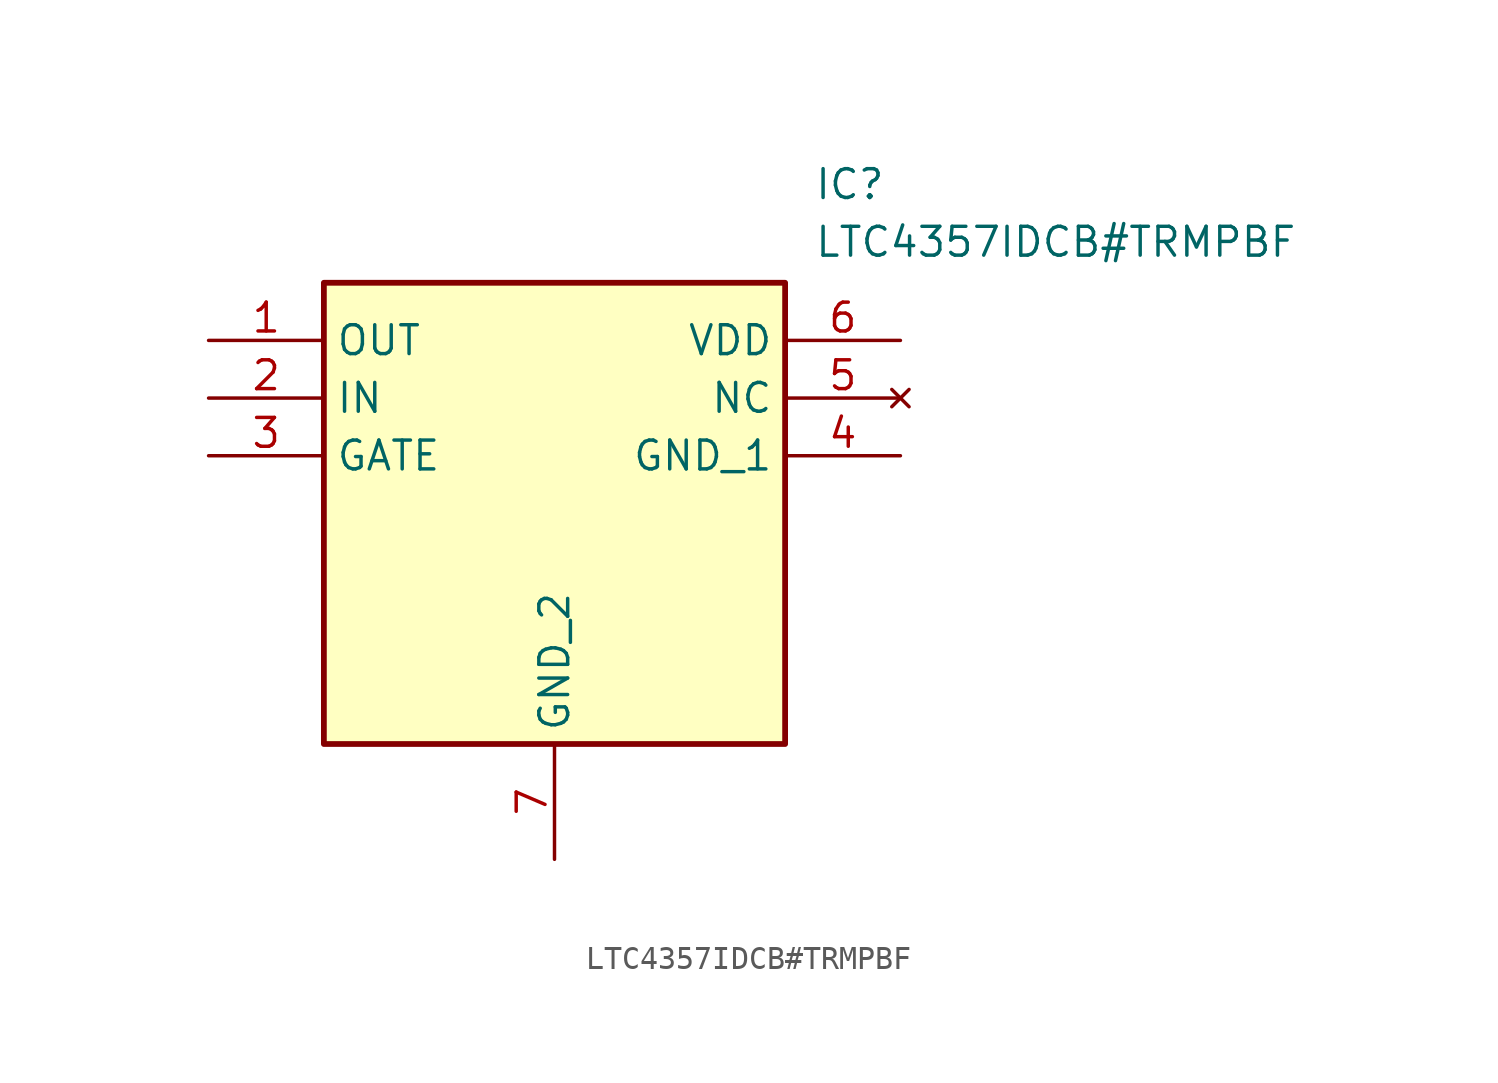
<source format=kicad_sym>
(kicad_symbol_lib
  (version 20211014)
  (generator SamacSys_ECAD_Model)
  (symbol "LTC4357IDCB#TRMPBF"
    (property "Reference" "IC"
      (at 26.67 7.62 0)
      (effects (font (size 1.27 1.27)) (justify left top)))
    (property "Value" "LTC4357IDCB#TRMPBF"
      (at 26.67 5.08 0)
      (effects (font (size 1.27 1.27)) (justify left top)))
    (rectangle
      (start 5.08 2.54)
      (end 25.4 -17.78)
      (stroke (width 0.254) (type default))
      (fill (type background)))
    (pin passive line
      (at 0 0 0)
      (length 5.08)
      (name "OUT" (effects (font (size 1.27 1.27))))
      (number "1" (effects (font (size 1.27 1.27)))))
    (pin passive line
      (at 0 -2.54 0)
      (length 5.08)
      (name "IN" (effects (font (size 1.27 1.27))))
      (number "2" (effects (font (size 1.27 1.27)))))
    (pin passive line
      (at 0 -5.08 0)
      (length 5.08)
      (name "GATE" (effects (font (size 1.27 1.27))))
      (number "3" (effects (font (size 1.27 1.27)))))
    (pin passive line
      (at 15.24 -22.86 90)
      (length 5.08)
      (name "GND_2" (effects (font (size 1.27 1.27))))
      (number "7" (effects (font (size 1.27 1.27)))))
    (pin passive line
      (at 30.48 0 180)
      (length 5.08)
      (name "VDD" (effects (font (size 1.27 1.27))))
      (number "6" (effects (font (size 1.27 1.27)))))
    (pin no_connect line
      (at 30.48 -2.54 180)
      (length 5.08)
      (name "NC" (effects (font (size 1.27 1.27))))
      (number "5" (effects (font (size 1.27 1.27)))))
    (pin passive line
      (at 30.48 -5.08 180)
      (length 5.08)
      (name "GND_1" (effects (font (size 1.27 1.27))))
      (number "4" (effects (font (size 1.27 1.27)))))))
</source>
